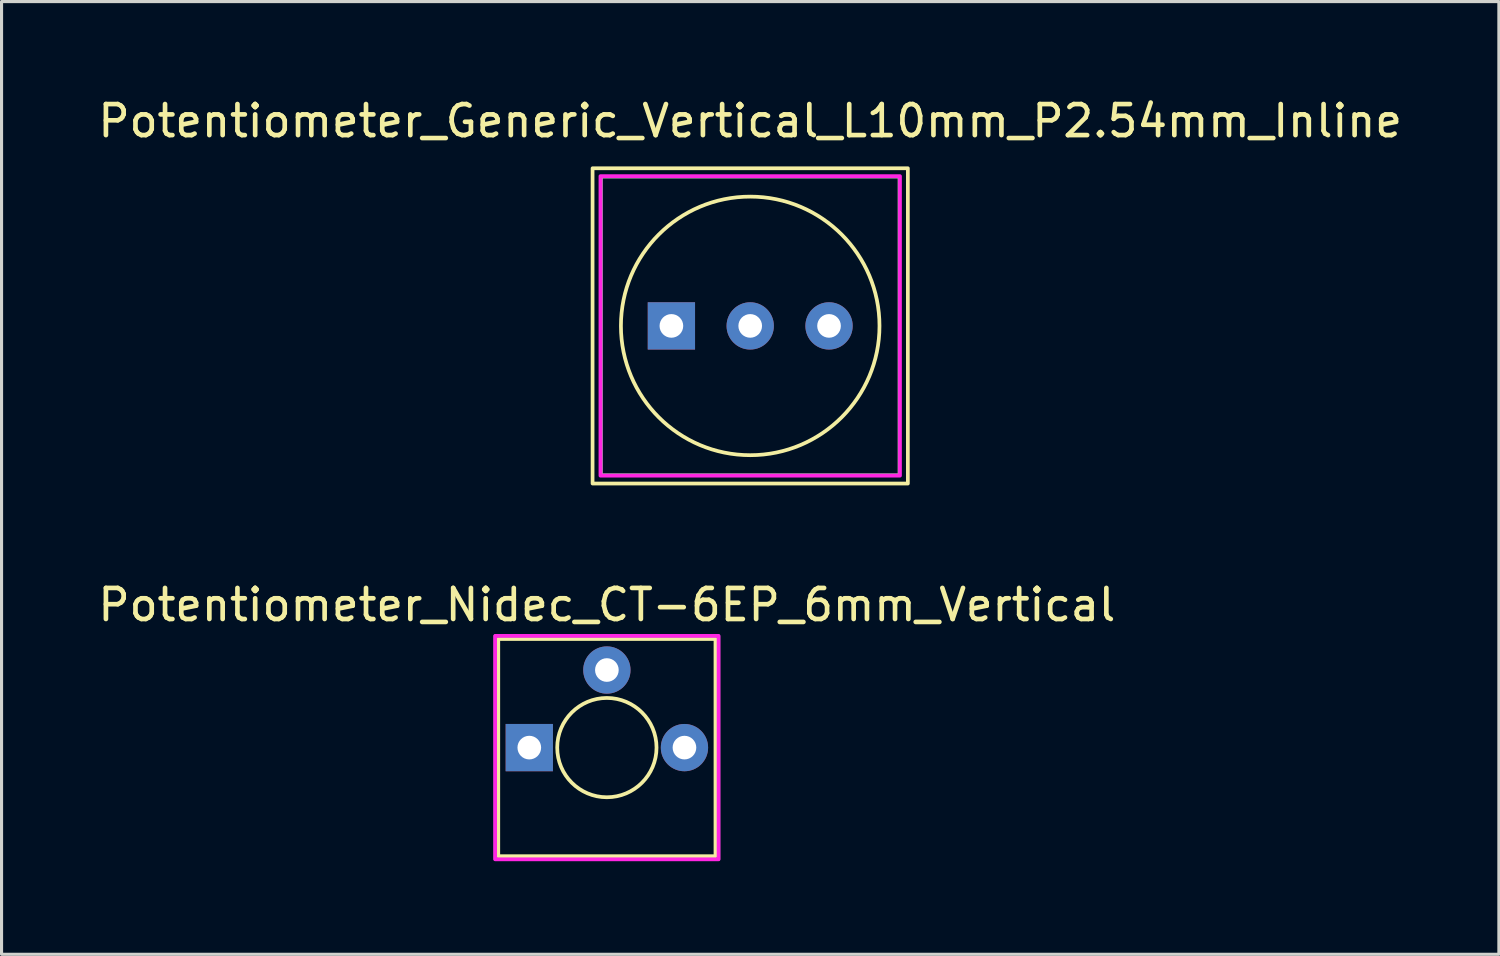
<source format=kicad_pcb>
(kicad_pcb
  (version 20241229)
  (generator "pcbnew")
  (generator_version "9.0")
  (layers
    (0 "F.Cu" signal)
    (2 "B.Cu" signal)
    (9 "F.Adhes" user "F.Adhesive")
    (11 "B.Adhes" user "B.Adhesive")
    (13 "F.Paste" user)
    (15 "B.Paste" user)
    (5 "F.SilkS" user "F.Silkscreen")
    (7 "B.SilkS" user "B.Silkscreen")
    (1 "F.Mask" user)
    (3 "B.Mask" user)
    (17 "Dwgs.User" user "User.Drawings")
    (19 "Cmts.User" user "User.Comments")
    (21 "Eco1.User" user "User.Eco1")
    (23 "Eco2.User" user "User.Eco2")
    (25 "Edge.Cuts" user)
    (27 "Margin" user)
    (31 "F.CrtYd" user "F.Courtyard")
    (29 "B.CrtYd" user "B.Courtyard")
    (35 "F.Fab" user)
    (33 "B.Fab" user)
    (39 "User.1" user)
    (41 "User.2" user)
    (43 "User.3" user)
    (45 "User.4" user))
  (footprint "Potentiometer_Nidec_CT-6EP_6mm_Vertical"
    (layer "F.Cu")
    (at 16.506 21.041)
    (property "Reference" "Potentiometer_Nidec_CT-6EP_6mm_Vertical" (at 0 -4.6 0) (unlocked yes) (layer "F.SilkS") (effects (font (size 1 1) (thickness 0.15))))
    (attr through_hole)
    (fp_rect (start -3.5 -3.5) (end 3.5 3.5) (stroke (width 0.12) (type solid)) (fill no) (layer "F.SilkS"))
    (fp_circle (center 0 0) (end 1.6 0) (stroke (width 0.12) (type solid)) (fill no) (layer "F.SilkS"))
    (fp_rect (start -3.6 -3.6) (end 3.6 3.6) (stroke (width 0.12) (type solid)) (fill no) (layer "F.CrtYd"))
    (fp_rect (start -3.6 -3.6) (end 3.6 3.6) (stroke (width 0.1) (type solid)) (fill no) (layer "F.Fab"))
    (pad "1" thru_hole rect (at -2.5 0) (size 1.524 1.524) (drill 0.762) (layers "*.Cu" "*.Mask"))
    (pad "2" thru_hole circle (at 0 -2.5) (size 1.524 1.524) (drill 0.762) (layers "*.Cu" "*.Mask"))
    (pad "3" thru_hole circle (at 2.5 0) (size 1.524 1.524) (drill 0.762) (layers "*.Cu" "*.Mask")))
  (footprint "Potentiometer_Generic_Vertical_L10mm_P2.54mm_Inline"
    (layer "F.Cu")
    (at 21.125 7.452)
    (property "Reference" "Potentiometer_Generic_Vertical_L10mm_P2.54mm_Inline" (at 0 -6.604 0) (unlocked yes) (layer "F.SilkS") (effects (font (size 1 1) (thickness 0.15))))
    (attr through_hole)
    (fp_rect (start -5.08 -5.08) (end 5.08 5.08) (stroke (width 0.12) (type solid)) (fill no) (layer "F.SilkS"))
    (fp_circle (center 0 0) (end 2.54 -3.302) (stroke (width 0.12) (type solid)) (fill no) (layer "F.SilkS"))
    (fp_rect (start -4.826 -4.826) (end 4.826 4.826) (stroke (width 0.12) (type solid)) (fill no) (layer "F.CrtYd"))
    (fp_rect (start -4.8 -4.8) (end 4.8 4.8) (stroke (width 0.1) (type solid)) (fill no) (layer "F.Fab"))
    (pad "1" thru_hole rect (at -2.54 0) (size 1.524 1.524) (drill 0.762) (layers "*.Cu" "*.Mask"))
    (pad "2" thru_hole circle (at 0 0) (size 1.524 1.524) (drill 0.762) (layers "*.Cu" "*.Mask"))
    (pad "3" thru_hole circle (at 2.54 0) (size 1.524 1.524) (drill 0.762) (layers "*.Cu" "*.Mask")))
  (gr_rect
    (start -3 -3)
    (end 45.25 27.701)
    (stroke (width 0.1) (type default))
    (fill no)
    (layer "Edge.Cuts")))
</source>
